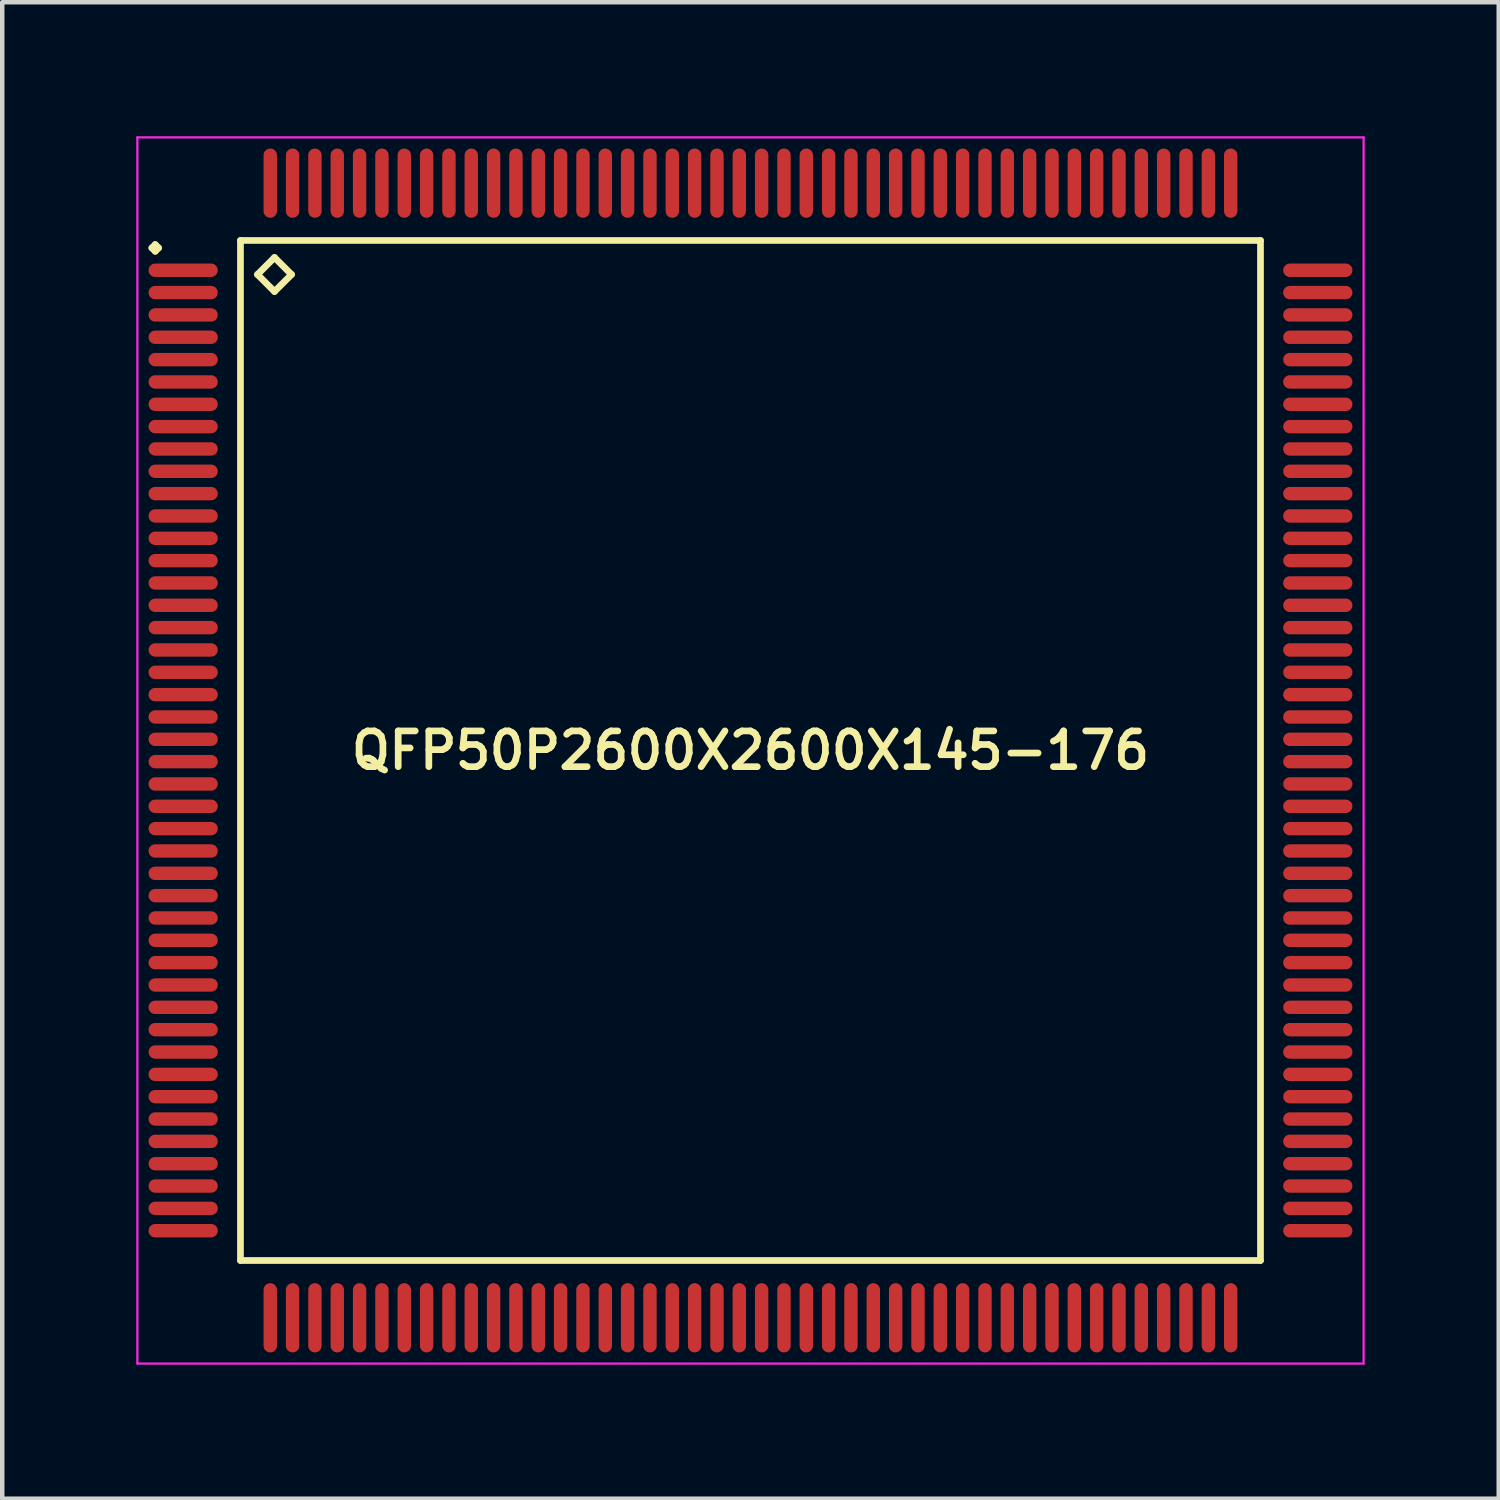
<source format=kicad_pcb>
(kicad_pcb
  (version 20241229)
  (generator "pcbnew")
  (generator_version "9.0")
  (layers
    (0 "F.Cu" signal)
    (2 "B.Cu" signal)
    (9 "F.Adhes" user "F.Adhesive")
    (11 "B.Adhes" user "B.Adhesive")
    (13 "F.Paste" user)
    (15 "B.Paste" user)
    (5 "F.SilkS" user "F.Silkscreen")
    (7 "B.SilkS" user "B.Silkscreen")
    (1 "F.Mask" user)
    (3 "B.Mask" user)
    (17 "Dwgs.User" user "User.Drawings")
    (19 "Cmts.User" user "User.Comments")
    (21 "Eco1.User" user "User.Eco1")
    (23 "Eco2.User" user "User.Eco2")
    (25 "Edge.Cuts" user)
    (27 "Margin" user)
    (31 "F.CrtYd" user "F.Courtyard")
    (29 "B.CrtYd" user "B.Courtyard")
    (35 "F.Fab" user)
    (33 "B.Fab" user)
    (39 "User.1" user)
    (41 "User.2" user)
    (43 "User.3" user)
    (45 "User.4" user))
  (footprint "QFP50P2600X2600X145-176"
    (layer "F.Cu")
    (at 13.75 13.75)
    (property "Reference" "QFP50P2600X2600X145-176" (at 0 0 0) (layer "F.SilkS") (effects (font (size 0.8 0.8) (thickness 0.15))))
    (attr smd)
    (fp_line (start -13.4 -11.25) (end -13.325 -11.325) (stroke (width 0.15) (type solid)) (layer "F.SilkS"))
    (fp_line (start -13.325 -11.325) (end -13.25 -11.25) (stroke (width 0.15) (type solid)) (layer "F.SilkS"))
    (fp_line (start -13.325 -11.175) (end -13.4 -11.25) (stroke (width 0.15) (type solid)) (layer "F.SilkS"))
    (fp_line (start -13.25 -11.25) (end -13.325 -11.175) (stroke (width 0.15) (type solid)) (layer "F.SilkS"))
    (fp_line (start -11.417 -11.417) (end -11.417 11.417) (stroke (width 0.15) (type solid)) (layer "F.SilkS"))
    (fp_line (start -11.417 11.417) (end 11.417 11.417) (stroke (width 0.15) (type solid)) (layer "F.SilkS"))
    (fp_line (start -11.036 -10.655) (end -10.655 -11.036) (stroke (width 0.15) (type solid)) (layer "F.SilkS"))
    (fp_line (start -10.655 -11.036) (end -10.274 -10.655) (stroke (width 0.15) (type solid)) (layer "F.SilkS"))
    (fp_line (start -10.655 -10.274) (end -11.036 -10.655) (stroke (width 0.15) (type solid)) (layer "F.SilkS"))
    (fp_line (start -10.274 -10.655) (end -10.655 -10.274) (stroke (width 0.15) (type solid)) (layer "F.SilkS"))
    (fp_line (start 11.417 -11.417) (end -11.417 -11.417) (stroke (width 0.15) (type solid)) (layer "F.SilkS"))
    (fp_line (start 11.417 11.417) (end 11.417 -11.417) (stroke (width 0.15) (type solid)) (layer "F.SilkS"))
    (fp_line (start -13.725 -13.725) (end 13.725 -13.725) (stroke (width 0.05) (type solid)) (layer "F.CrtYd"))
    (fp_line (start -13.725 13.725) (end -13.725 -13.725) (stroke (width 0.05) (type solid)) (layer "F.CrtYd"))
    (fp_line (start 13.725 -13.725) (end 13.725 13.725) (stroke (width 0.05) (type solid)) (layer "F.CrtYd"))
    (fp_line (start 13.725 13.725) (end -13.725 13.725) (stroke (width 0.05) (type solid)) (layer "F.CrtYd"))
    (pad "1" smd oval (at -12.7 -10.75) (size 1.55 0.3) (layers "F.Cu" "F.Mask" "F.Paste"))
    (pad "2" smd oval (at -12.7 -10.25) (size 1.55 0.3) (layers "F.Cu" "F.Mask" "F.Paste"))
    (pad "3" smd oval (at -12.7 -9.75) (size 1.55 0.3) (layers "F.Cu" "F.Mask" "F.Paste"))
    (pad "4" smd oval (at -12.7 -9.25) (size 1.55 0.3) (layers "F.Cu" "F.Mask" "F.Paste"))
    (pad "5" smd oval (at -12.7 -8.75) (size 1.55 0.3) (layers "F.Cu" "F.Mask" "F.Paste"))
    (pad "6" smd oval (at -12.7 -8.25) (size 1.55 0.3) (layers "F.Cu" "F.Mask" "F.Paste"))
    (pad "7" smd oval (at -12.7 -7.75) (size 1.55 0.3) (layers "F.Cu" "F.Mask" "F.Paste"))
    (pad "8" smd oval (at -12.7 -7.25) (size 1.55 0.3) (layers "F.Cu" "F.Mask" "F.Paste"))
    (pad "9" smd oval (at -12.7 -6.75) (size 1.55 0.3) (layers "F.Cu" "F.Mask" "F.Paste"))
    (pad "10" smd oval (at -12.7 -6.25) (size 1.55 0.3) (layers "F.Cu" "F.Mask" "F.Paste"))
    (pad "11" smd oval (at -12.7 -5.75) (size 1.55 0.3) (layers "F.Cu" "F.Mask" "F.Paste"))
    (pad "12" smd oval (at -12.7 -5.25) (size 1.55 0.3) (layers "F.Cu" "F.Mask" "F.Paste"))
    (pad "13" smd oval (at -12.7 -4.75) (size 1.55 0.3) (layers "F.Cu" "F.Mask" "F.Paste"))
    (pad "14" smd oval (at -12.7 -4.25) (size 1.55 0.3) (layers "F.Cu" "F.Mask" "F.Paste"))
    (pad "15" smd oval (at -12.7 -3.75) (size 1.55 0.3) (layers "F.Cu" "F.Mask" "F.Paste"))
    (pad "16" smd oval (at -12.7 -3.25) (size 1.55 0.3) (layers "F.Cu" "F.Mask" "F.Paste"))
    (pad "17" smd oval (at -12.7 -2.75) (size 1.55 0.3) (layers "F.Cu" "F.Mask" "F.Paste"))
    (pad "18" smd oval (at -12.7 -2.25) (size 1.55 0.3) (layers "F.Cu" "F.Mask" "F.Paste"))
    (pad "19" smd oval (at -12.7 -1.75) (size 1.55 0.3) (layers "F.Cu" "F.Mask" "F.Paste"))
    (pad "20" smd oval (at -12.7 -1.25) (size 1.55 0.3) (layers "F.Cu" "F.Mask" "F.Paste"))
    (pad "21" smd oval (at -12.7 -0.75) (size 1.55 0.3) (layers "F.Cu" "F.Mask" "F.Paste"))
    (pad "22" smd oval (at -12.7 -0.25) (size 1.55 0.3) (layers "F.Cu" "F.Mask" "F.Paste"))
    (pad "23" smd oval (at -12.7 0.25) (size 1.55 0.3) (layers "F.Cu" "F.Mask" "F.Paste"))
    (pad "24" smd oval (at -12.7 0.75) (size 1.55 0.3) (layers "F.Cu" "F.Mask" "F.Paste"))
    (pad "25" smd oval (at -12.7 1.25) (size 1.55 0.3) (layers "F.Cu" "F.Mask" "F.Paste"))
    (pad "26" smd oval (at -12.7 1.75) (size 1.55 0.3) (layers "F.Cu" "F.Mask" "F.Paste"))
    (pad "27" smd oval (at -12.7 2.25) (size 1.55 0.3) (layers "F.Cu" "F.Mask" "F.Paste"))
    (pad "28" smd oval (at -12.7 2.75) (size 1.55 0.3) (layers "F.Cu" "F.Mask" "F.Paste"))
    (pad "29" smd oval (at -12.7 3.25) (size 1.55 0.3) (layers "F.Cu" "F.Mask" "F.Paste"))
    (pad "30" smd oval (at -12.7 3.75) (size 1.55 0.3) (layers "F.Cu" "F.Mask" "F.Paste"))
    (pad "31" smd oval (at -12.7 4.25) (size 1.55 0.3) (layers "F.Cu" "F.Mask" "F.Paste"))
    (pad "32" smd oval (at -12.7 4.75) (size 1.55 0.3) (layers "F.Cu" "F.Mask" "F.Paste"))
    (pad "33" smd oval (at -12.7 5.25) (size 1.55 0.3) (layers "F.Cu" "F.Mask" "F.Paste"))
    (pad "34" smd oval (at -12.7 5.75) (size 1.55 0.3) (layers "F.Cu" "F.Mask" "F.Paste"))
    (pad "35" smd oval (at -12.7 6.25) (size 1.55 0.3) (layers "F.Cu" "F.Mask" "F.Paste"))
    (pad "36" smd oval (at -12.7 6.75) (size 1.55 0.3) (layers "F.Cu" "F.Mask" "F.Paste"))
    (pad "37" smd oval (at -12.7 7.25) (size 1.55 0.3) (layers "F.Cu" "F.Mask" "F.Paste"))
    (pad "38" smd oval (at -12.7 7.75) (size 1.55 0.3) (layers "F.Cu" "F.Mask" "F.Paste"))
    (pad "39" smd oval (at -12.7 8.25) (size 1.55 0.3) (layers "F.Cu" "F.Mask" "F.Paste"))
    (pad "40" smd oval (at -12.7 8.75) (size 1.55 0.3) (layers "F.Cu" "F.Mask" "F.Paste"))
    (pad "41" smd oval (at -12.7 9.25) (size 1.55 0.3) (layers "F.Cu" "F.Mask" "F.Paste"))
    (pad "42" smd oval (at -12.7 9.75) (size 1.55 0.3) (layers "F.Cu" "F.Mask" "F.Paste"))
    (pad "43" smd oval (at -12.7 10.25) (size 1.55 0.3) (layers "F.Cu" "F.Mask" "F.Paste"))
    (pad "44" smd oval (at -12.7 10.75) (size 1.55 0.3) (layers "F.Cu" "F.Mask" "F.Paste"))
    (pad "45" smd oval (at -10.75 12.7) (size 0.3 1.55) (layers "F.Cu" "F.Mask" "F.Paste"))
    (pad "46" smd oval (at -10.25 12.7) (size 0.3 1.55) (layers "F.Cu" "F.Mask" "F.Paste"))
    (pad "47" smd oval (at -9.75 12.7) (size 0.3 1.55) (layers "F.Cu" "F.Mask" "F.Paste"))
    (pad "48" smd oval (at -9.25 12.7) (size 0.3 1.55) (layers "F.Cu" "F.Mask" "F.Paste"))
    (pad "49" smd oval (at -8.75 12.7) (size 0.3 1.55) (layers "F.Cu" "F.Mask" "F.Paste"))
    (pad "50" smd oval (at -8.25 12.7) (size 0.3 1.55) (layers "F.Cu" "F.Mask" "F.Paste"))
    (pad "51" smd oval (at -7.75 12.7) (size 0.3 1.55) (layers "F.Cu" "F.Mask" "F.Paste"))
    (pad "52" smd oval (at -7.25 12.7) (size 0.3 1.55) (layers "F.Cu" "F.Mask" "F.Paste"))
    (pad "53" smd oval (at -6.75 12.7) (size 0.3 1.55) (layers "F.Cu" "F.Mask" "F.Paste"))
    (pad "54" smd oval (at -6.25 12.7) (size 0.3 1.55) (layers "F.Cu" "F.Mask" "F.Paste"))
    (pad "55" smd oval (at -5.75 12.7) (size 0.3 1.55) (layers "F.Cu" "F.Mask" "F.Paste"))
    (pad "56" smd oval (at -5.25 12.7) (size 0.3 1.55) (layers "F.Cu" "F.Mask" "F.Paste"))
    (pad "57" smd oval (at -4.75 12.7) (size 0.3 1.55) (layers "F.Cu" "F.Mask" "F.Paste"))
    (pad "58" smd oval (at -4.25 12.7) (size 0.3 1.55) (layers "F.Cu" "F.Mask" "F.Paste"))
    (pad "59" smd oval (at -3.75 12.7) (size 0.3 1.55) (layers "F.Cu" "F.Mask" "F.Paste"))
    (pad "60" smd oval (at -3.25 12.7) (size 0.3 1.55) (layers "F.Cu" "F.Mask" "F.Paste"))
    (pad "61" smd oval (at -2.75 12.7) (size 0.3 1.55) (layers "F.Cu" "F.Mask" "F.Paste"))
    (pad "62" smd oval (at -2.25 12.7) (size 0.3 1.55) (layers "F.Cu" "F.Mask" "F.Paste"))
    (pad "63" smd oval (at -1.75 12.7) (size 0.3 1.55) (layers "F.Cu" "F.Mask" "F.Paste"))
    (pad "64" smd oval (at -1.25 12.7) (size 0.3 1.55) (layers "F.Cu" "F.Mask" "F.Paste"))
    (pad "65" smd oval (at -0.75 12.7) (size 0.3 1.55) (layers "F.Cu" "F.Mask" "F.Paste"))
    (pad "66" smd oval (at -0.25 12.7) (size 0.3 1.55) (layers "F.Cu" "F.Mask" "F.Paste"))
    (pad "67" smd oval (at 0.25 12.7) (size 0.3 1.55) (layers "F.Cu" "F.Mask" "F.Paste"))
    (pad "68" smd oval (at 0.75 12.7) (size 0.3 1.55) (layers "F.Cu" "F.Mask" "F.Paste"))
    (pad "69" smd oval (at 1.25 12.7) (size 0.3 1.55) (layers "F.Cu" "F.Mask" "F.Paste"))
    (pad "70" smd oval (at 1.75 12.7) (size 0.3 1.55) (layers "F.Cu" "F.Mask" "F.Paste"))
    (pad "71" smd oval (at 2.25 12.7) (size 0.3 1.55) (layers "F.Cu" "F.Mask" "F.Paste"))
    (pad "72" smd oval (at 2.75 12.7) (size 0.3 1.55) (layers "F.Cu" "F.Mask" "F.Paste"))
    (pad "73" smd oval (at 3.25 12.7) (size 0.3 1.55) (layers "F.Cu" "F.Mask" "F.Paste"))
    (pad "74" smd oval (at 3.75 12.7) (size 0.3 1.55) (layers "F.Cu" "F.Mask" "F.Paste"))
    (pad "75" smd oval (at 4.25 12.7) (size 0.3 1.55) (layers "F.Cu" "F.Mask" "F.Paste"))
    (pad "76" smd oval (at 4.75 12.7) (size 0.3 1.55) (layers "F.Cu" "F.Mask" "F.Paste"))
    (pad "77" smd oval (at 5.25 12.7) (size 0.3 1.55) (layers "F.Cu" "F.Mask" "F.Paste"))
    (pad "78" smd oval (at 5.75 12.7) (size 0.3 1.55) (layers "F.Cu" "F.Mask" "F.Paste"))
    (pad "79" smd oval (at 6.25 12.7) (size 0.3 1.55) (layers "F.Cu" "F.Mask" "F.Paste"))
    (pad "80" smd oval (at 6.75 12.7) (size 0.3 1.55) (layers "F.Cu" "F.Mask" "F.Paste"))
    (pad "81" smd oval (at 7.25 12.7) (size 0.3 1.55) (layers "F.Cu" "F.Mask" "F.Paste"))
    (pad "82" smd oval (at 7.75 12.7) (size 0.3 1.55) (layers "F.Cu" "F.Mask" "F.Paste"))
    (pad "83" smd oval (at 8.25 12.7) (size 0.3 1.55) (layers "F.Cu" "F.Mask" "F.Paste"))
    (pad "84" smd oval (at 8.75 12.7) (size 0.3 1.55) (layers "F.Cu" "F.Mask" "F.Paste"))
    (pad "85" smd oval (at 9.25 12.7) (size 0.3 1.55) (layers "F.Cu" "F.Mask" "F.Paste"))
    (pad "86" smd oval (at 9.75 12.7) (size 0.3 1.55) (layers "F.Cu" "F.Mask" "F.Paste"))
    (pad "87" smd oval (at 10.25 12.7) (size 0.3 1.55) (layers "F.Cu" "F.Mask" "F.Paste"))
    (pad "88" smd oval (at 10.75 12.7) (size 0.3 1.55) (layers "F.Cu" "F.Mask" "F.Paste"))
    (pad "89" smd oval (at 12.7 10.75) (size 1.55 0.3) (layers "F.Cu" "F.Mask" "F.Paste"))
    (pad "90" smd oval (at 12.7 10.25) (size 1.55 0.3) (layers "F.Cu" "F.Mask" "F.Paste"))
    (pad "91" smd oval (at 12.7 9.75) (size 1.55 0.3) (layers "F.Cu" "F.Mask" "F.Paste"))
    (pad "92" smd oval (at 12.7 9.25) (size 1.55 0.3) (layers "F.Cu" "F.Mask" "F.Paste"))
    (pad "93" smd oval (at 12.7 8.75) (size 1.55 0.3) (layers "F.Cu" "F.Mask" "F.Paste"))
    (pad "94" smd oval (at 12.7 8.25) (size 1.55 0.3) (layers "F.Cu" "F.Mask" "F.Paste"))
    (pad "95" smd oval (at 12.7 7.75) (size 1.55 0.3) (layers "F.Cu" "F.Mask" "F.Paste"))
    (pad "96" smd oval (at 12.7 7.25) (size 1.55 0.3) (layers "F.Cu" "F.Mask" "F.Paste"))
    (pad "97" smd oval (at 12.7 6.75) (size 1.55 0.3) (layers "F.Cu" "F.Mask" "F.Paste"))
    (pad "98" smd oval (at 12.7 6.25) (size 1.55 0.3) (layers "F.Cu" "F.Mask" "F.Paste"))
    (pad "99" smd oval (at 12.7 5.75) (size 1.55 0.3) (layers "F.Cu" "F.Mask" "F.Paste"))
    (pad "100" smd oval (at 12.7 5.25) (size 1.55 0.3) (layers "F.Cu" "F.Mask" "F.Paste"))
    (pad "101" smd oval (at 12.7 4.75) (size 1.55 0.3) (layers "F.Cu" "F.Mask" "F.Paste"))
    (pad "102" smd oval (at 12.7 4.25) (size 1.55 0.3) (layers "F.Cu" "F.Mask" "F.Paste"))
    (pad "103" smd oval (at 12.7 3.75) (size 1.55 0.3) (layers "F.Cu" "F.Mask" "F.Paste"))
    (pad "104" smd oval (at 12.7 3.25) (size 1.55 0.3) (layers "F.Cu" "F.Mask" "F.Paste"))
    (pad "105" smd oval (at 12.7 2.75) (size 1.55 0.3) (layers "F.Cu" "F.Mask" "F.Paste"))
    (pad "106" smd oval (at 12.7 2.25) (size 1.55 0.3) (layers "F.Cu" "F.Mask" "F.Paste"))
    (pad "107" smd oval (at 12.7 1.75) (size 1.55 0.3) (layers "F.Cu" "F.Mask" "F.Paste"))
    (pad "108" smd oval (at 12.7 1.25) (size 1.55 0.3) (layers "F.Cu" "F.Mask" "F.Paste"))
    (pad "109" smd oval (at 12.7 0.75) (size 1.55 0.3) (layers "F.Cu" "F.Mask" "F.Paste"))
    (pad "110" smd oval (at 12.7 0.25) (size 1.55 0.3) (layers "F.Cu" "F.Mask" "F.Paste"))
    (pad "111" smd oval (at 12.7 -0.25) (size 1.55 0.3) (layers "F.Cu" "F.Mask" "F.Paste"))
    (pad "112" smd oval (at 12.7 -0.75) (size 1.55 0.3) (layers "F.Cu" "F.Mask" "F.Paste"))
    (pad "113" smd oval (at 12.7 -1.25) (size 1.55 0.3) (layers "F.Cu" "F.Mask" "F.Paste"))
    (pad "114" smd oval (at 12.7 -1.75) (size 1.55 0.3) (layers "F.Cu" "F.Mask" "F.Paste"))
    (pad "115" smd oval (at 12.7 -2.25) (size 1.55 0.3) (layers "F.Cu" "F.Mask" "F.Paste"))
    (pad "116" smd oval (at 12.7 -2.75) (size 1.55 0.3) (layers "F.Cu" "F.Mask" "F.Paste"))
    (pad "117" smd oval (at 12.7 -3.25) (size 1.55 0.3) (layers "F.Cu" "F.Mask" "F.Paste"))
    (pad "118" smd oval (at 12.7 -3.75) (size 1.55 0.3) (layers "F.Cu" "F.Mask" "F.Paste"))
    (pad "119" smd oval (at 12.7 -4.25) (size 1.55 0.3) (layers "F.Cu" "F.Mask" "F.Paste"))
    (pad "120" smd oval (at 12.7 -4.75) (size 1.55 0.3) (layers "F.Cu" "F.Mask" "F.Paste"))
    (pad "121" smd oval (at 12.7 -5.25) (size 1.55 0.3) (layers "F.Cu" "F.Mask" "F.Paste"))
    (pad "122" smd oval (at 12.7 -5.75) (size 1.55 0.3) (layers "F.Cu" "F.Mask" "F.Paste"))
    (pad "123" smd oval (at 12.7 -6.25) (size 1.55 0.3) (layers "F.Cu" "F.Mask" "F.Paste"))
    (pad "124" smd oval (at 12.7 -6.75) (size 1.55 0.3) (layers "F.Cu" "F.Mask" "F.Paste"))
    (pad "125" smd oval (at 12.7 -7.25) (size 1.55 0.3) (layers "F.Cu" "F.Mask" "F.Paste"))
    (pad "126" smd oval (at 12.7 -7.75) (size 1.55 0.3) (layers "F.Cu" "F.Mask" "F.Paste"))
    (pad "127" smd oval (at 12.7 -8.25) (size 1.55 0.3) (layers "F.Cu" "F.Mask" "F.Paste"))
    (pad "128" smd oval (at 12.7 -8.75) (size 1.55 0.3) (layers "F.Cu" "F.Mask" "F.Paste"))
    (pad "129" smd oval (at 12.7 -9.25) (size 1.55 0.3) (layers "F.Cu" "F.Mask" "F.Paste"))
    (pad "130" smd oval (at 12.7 -9.75) (size 1.55 0.3) (layers "F.Cu" "F.Mask" "F.Paste"))
    (pad "131" smd oval (at 12.7 -10.25) (size 1.55 0.3) (layers "F.Cu" "F.Mask" "F.Paste"))
    (pad "132" smd oval (at 12.7 -10.75) (size 1.55 0.3) (layers "F.Cu" "F.Mask" "F.Paste"))
    (pad "133" smd oval (at 10.75 -12.7) (size 0.3 1.55) (layers "F.Cu" "F.Mask" "F.Paste"))
    (pad "134" smd oval (at 10.25 -12.7) (size 0.3 1.55) (layers "F.Cu" "F.Mask" "F.Paste"))
    (pad "135" smd oval (at 9.75 -12.7) (size 0.3 1.55) (layers "F.Cu" "F.Mask" "F.Paste"))
    (pad "136" smd oval (at 9.25 -12.7) (size 0.3 1.55) (layers "F.Cu" "F.Mask" "F.Paste"))
    (pad "137" smd oval (at 8.75 -12.7) (size 0.3 1.55) (layers "F.Cu" "F.Mask" "F.Paste"))
    (pad "138" smd oval (at 8.25 -12.7) (size 0.3 1.55) (layers "F.Cu" "F.Mask" "F.Paste"))
    (pad "139" smd oval (at 7.75 -12.7) (size 0.3 1.55) (layers "F.Cu" "F.Mask" "F.Paste"))
    (pad "140" smd oval (at 7.25 -12.7) (size 0.3 1.55) (layers "F.Cu" "F.Mask" "F.Paste"))
    (pad "141" smd oval (at 6.75 -12.7) (size 0.3 1.55) (layers "F.Cu" "F.Mask" "F.Paste"))
    (pad "142" smd oval (at 6.25 -12.7) (size 0.3 1.55) (layers "F.Cu" "F.Mask" "F.Paste"))
    (pad "143" smd oval (at 5.75 -12.7) (size 0.3 1.55) (layers "F.Cu" "F.Mask" "F.Paste"))
    (pad "144" smd oval (at 5.25 -12.7) (size 0.3 1.55) (layers "F.Cu" "F.Mask" "F.Paste"))
    (pad "145" smd oval (at 4.75 -12.7) (size 0.3 1.55) (layers "F.Cu" "F.Mask" "F.Paste"))
    (pad "146" smd oval (at 4.25 -12.7) (size 0.3 1.55) (layers "F.Cu" "F.Mask" "F.Paste"))
    (pad "147" smd oval (at 3.75 -12.7) (size 0.3 1.55) (layers "F.Cu" "F.Mask" "F.Paste"))
    (pad "148" smd oval (at 3.25 -12.7) (size 0.3 1.55) (layers "F.Cu" "F.Mask" "F.Paste"))
    (pad "149" smd oval (at 2.75 -12.7) (size 0.3 1.55) (layers "F.Cu" "F.Mask" "F.Paste"))
    (pad "150" smd oval (at 2.25 -12.7) (size 0.3 1.55) (layers "F.Cu" "F.Mask" "F.Paste"))
    (pad "151" smd oval (at 1.75 -12.7) (size 0.3 1.55) (layers "F.Cu" "F.Mask" "F.Paste"))
    (pad "152" smd oval (at 1.25 -12.7) (size 0.3 1.55) (layers "F.Cu" "F.Mask" "F.Paste"))
    (pad "153" smd oval (at 0.75 -12.7) (size 0.3 1.55) (layers "F.Cu" "F.Mask" "F.Paste"))
    (pad "154" smd oval (at 0.25 -12.7) (size 0.3 1.55) (layers "F.Cu" "F.Mask" "F.Paste"))
    (pad "155" smd oval (at -0.25 -12.7) (size 0.3 1.55) (layers "F.Cu" "F.Mask" "F.Paste"))
    (pad "156" smd oval (at -0.75 -12.7) (size 0.3 1.55) (layers "F.Cu" "F.Mask" "F.Paste"))
    (pad "157" smd oval (at -1.25 -12.7) (size 0.3 1.55) (layers "F.Cu" "F.Mask" "F.Paste"))
    (pad "158" smd oval (at -1.75 -12.7) (size 0.3 1.55) (layers "F.Cu" "F.Mask" "F.Paste"))
    (pad "159" smd oval (at -2.25 -12.7) (size 0.3 1.55) (layers "F.Cu" "F.Mask" "F.Paste"))
    (pad "160" smd oval (at -2.75 -12.7) (size 0.3 1.55) (layers "F.Cu" "F.Mask" "F.Paste"))
    (pad "161" smd oval (at -3.25 -12.7) (size 0.3 1.55) (layers "F.Cu" "F.Mask" "F.Paste"))
    (pad "162" smd oval (at -3.75 -12.7) (size 0.3 1.55) (layers "F.Cu" "F.Mask" "F.Paste"))
    (pad "163" smd oval (at -4.25 -12.7) (size 0.3 1.55) (layers "F.Cu" "F.Mask" "F.Paste"))
    (pad "164" smd oval (at -4.75 -12.7) (size 0.3 1.55) (layers "F.Cu" "F.Mask" "F.Paste"))
    (pad "165" smd oval (at -5.25 -12.7) (size 0.3 1.55) (layers "F.Cu" "F.Mask" "F.Paste"))
    (pad "166" smd oval (at -5.75 -12.7) (size 0.3 1.55) (layers "F.Cu" "F.Mask" "F.Paste"))
    (pad "167" smd oval (at -6.25 -12.7) (size 0.3 1.55) (layers "F.Cu" "F.Mask" "F.Paste"))
    (pad "168" smd oval (at -6.75 -12.7) (size 0.3 1.55) (layers "F.Cu" "F.Mask" "F.Paste"))
    (pad "169" smd oval (at -7.25 -12.7) (size 0.3 1.55) (layers "F.Cu" "F.Mask" "F.Paste"))
    (pad "170" smd oval (at -7.75 -12.7) (size 0.3 1.55) (layers "F.Cu" "F.Mask" "F.Paste"))
    (pad "171" smd oval (at -8.25 -12.7) (size 0.3 1.55) (layers "F.Cu" "F.Mask" "F.Paste"))
    (pad "172" smd oval (at -8.75 -12.7) (size 0.3 1.55) (layers "F.Cu" "F.Mask" "F.Paste"))
    (pad "173" smd oval (at -9.25 -12.7) (size 0.3 1.55) (layers "F.Cu" "F.Mask" "F.Paste"))
    (pad "174" smd oval (at -9.75 -12.7) (size 0.3 1.55) (layers "F.Cu" "F.Mask" "F.Paste"))
    (pad "175" smd oval (at -10.25 -12.7) (size 0.3 1.55) (layers "F.Cu" "F.Mask" "F.Paste"))
    (pad "176" smd oval (at -10.75 -12.7) (size 0.3 1.55) (layers "F.Cu" "F.Mask" "F.Paste")))
  (gr_rect
    (start -3 -3)
    (end 30.5 30.5)
    (stroke (width 0.1) (type default))
    (fill no)
    (layer "Edge.Cuts")))
</source>
